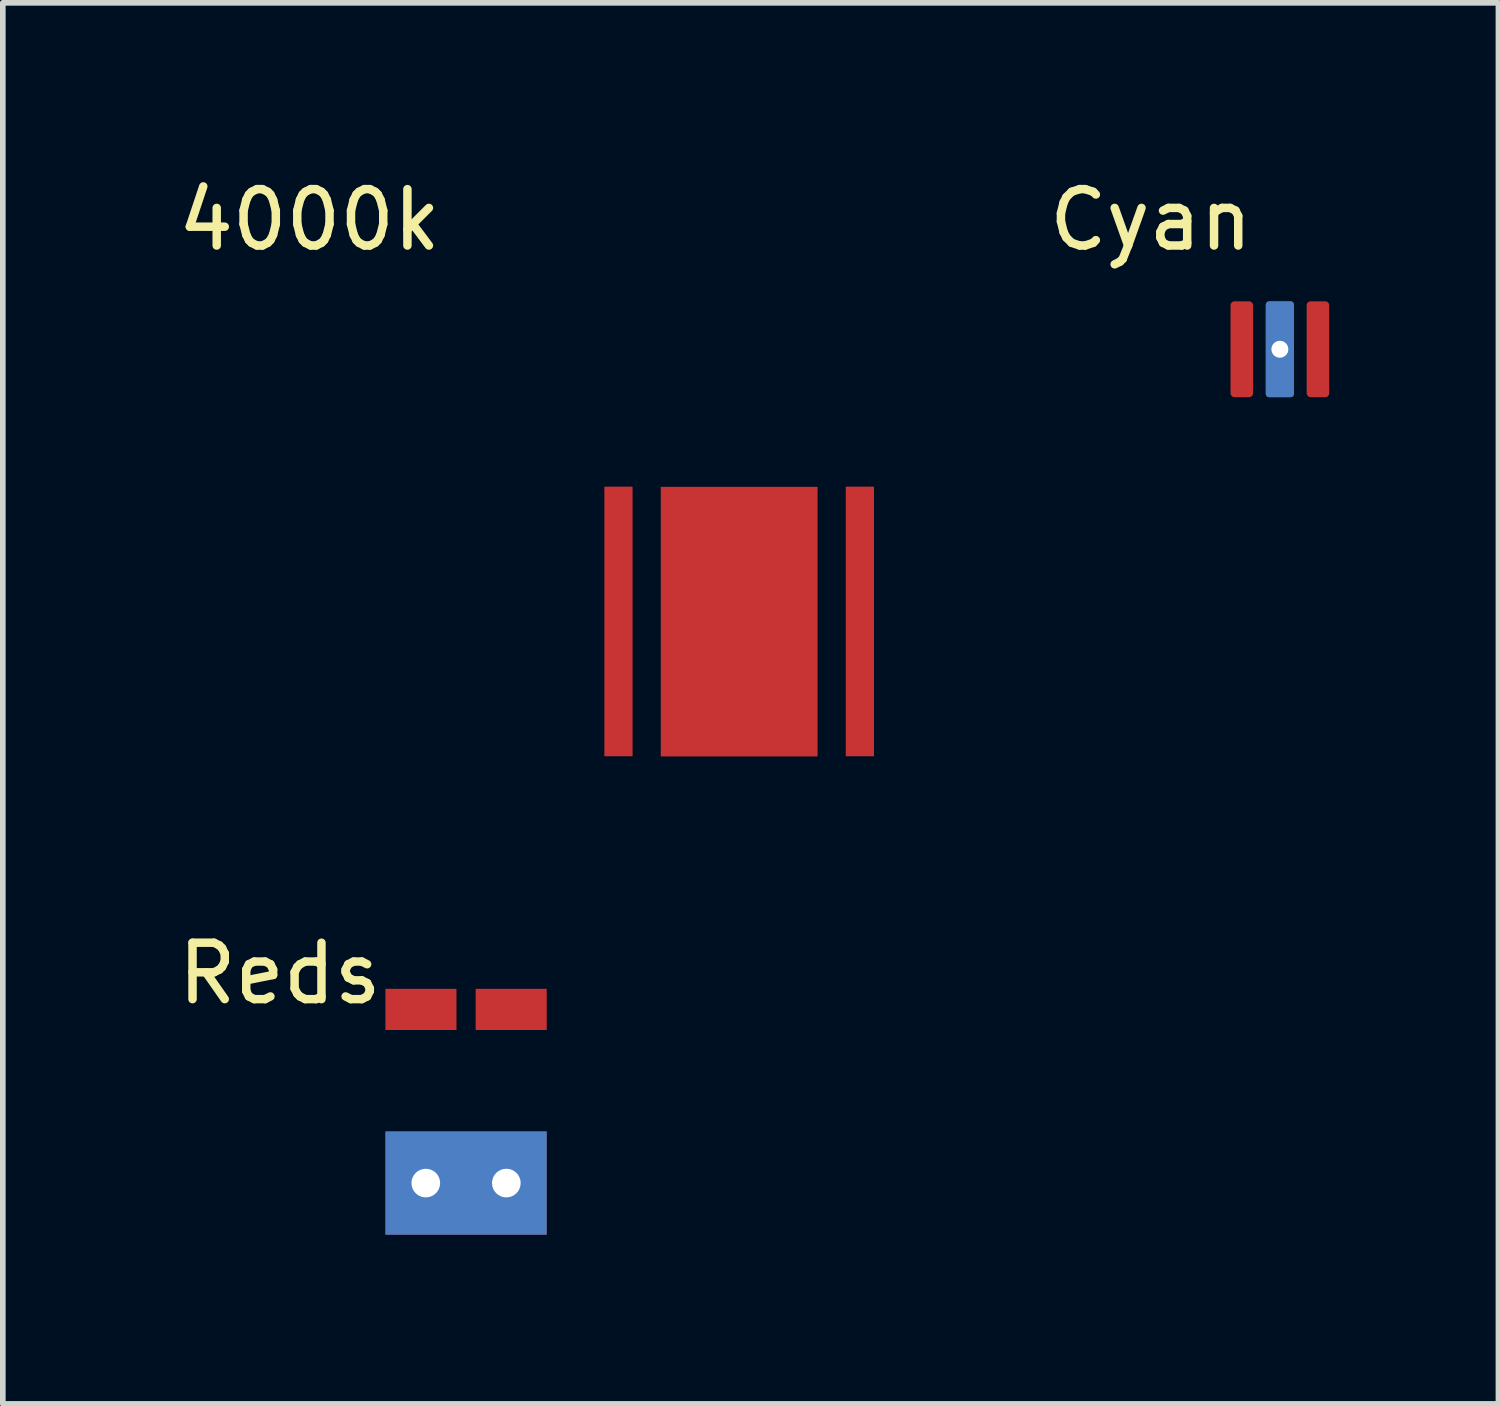
<source format=kicad_pcb>
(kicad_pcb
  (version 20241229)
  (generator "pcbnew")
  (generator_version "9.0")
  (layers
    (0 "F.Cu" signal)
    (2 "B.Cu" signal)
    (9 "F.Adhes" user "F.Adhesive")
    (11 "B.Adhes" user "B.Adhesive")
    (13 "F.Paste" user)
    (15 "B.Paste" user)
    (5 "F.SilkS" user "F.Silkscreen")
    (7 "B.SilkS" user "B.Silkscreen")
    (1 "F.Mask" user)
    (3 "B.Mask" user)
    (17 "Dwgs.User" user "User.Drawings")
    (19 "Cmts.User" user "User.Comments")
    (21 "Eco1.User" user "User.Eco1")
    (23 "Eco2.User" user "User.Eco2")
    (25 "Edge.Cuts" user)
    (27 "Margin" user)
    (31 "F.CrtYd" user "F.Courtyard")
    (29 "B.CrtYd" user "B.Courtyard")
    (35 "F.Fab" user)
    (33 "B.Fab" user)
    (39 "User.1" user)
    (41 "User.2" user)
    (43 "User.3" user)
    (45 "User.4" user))
  (footprint "Cyan"
    (layer "F.Cu")
    (at 19.641 3.142)
    (property "Reference" "Cyan" (at -2.286 -2.294 0) (layer "F.SilkS") (effects (font (size 1 1) (thickness 0.15))))
    (attr through_hole)
    (pad "" smd roundrect (at -0.6 0) (size 0.25 1.7) (layers "F.Mask" "F.Paste") (roundrect_rratio 0.28))
    (pad "" smd roundrect (at 0.6 0) (size 0.25 1.7) (layers "F.Mask" "F.Paste") (roundrect_rratio 0.28))
    (pad "1" smd roundrect (at -0.675 0) (size 0.4 1.7) (layers "F.Cu") (roundrect_rratio 0.175))
    (pad "2" smd roundrect (at 0.675 0) (size 0.4 1.7) (layers "F.Cu") (roundrect_rratio 0.175))
    (pad "3" thru_hole roundrect (at 0 0) (size 0.5 1.7) (drill 0.3) (layers "*.Cu" "*.Mask") (roundrect_rratio 0.12)))
  (footprint "Reds"
    (layer "F.Cu")
    (at 5.213 17.011)
    (property "Reference" "Reds" (at -3.302 -2.802 0) (layer "F.SilkS") (effects (font (size 1 1) (thickness 0.15))))
    (attr through_hole)
    (pad "1" smd rect (at 0.8 -2.165) (size 1.26 0.73) (layers "F.Cu" "F.Mask" "F.Paste"))
    (pad "2" smd rect (at -0.8 -2.165) (size 1.26 0.73) (layers "F.Cu" "F.Mask" "F.Paste"))
    (pad "3" thru_hole rect (at -0.714 0.914) (size 1.43 1.83) (drill oval 0.508) (layers "*.Cu" "*.Mask"))
    (pad "3" thru_hole rect (at 0.714 0.914) (size 1.43 1.83) (drill oval 0.508) (layers "*.Cu" "*.Mask")))
  (footprint "4000k"
    (layer "F.Cu")
    (at 10.055 7.968)
    (property "Reference" "4000k" (at -7.62 -7.12 0) (layer "F.SilkS") (effects (font (size 1 1) (thickness 0.15))))
    (attr through_hole)
    (pad "1" smd rect (at -2.14 0) (size 0.5 4.78) (layers "F.Cu" "F.Mask" "F.Paste"))
    (pad "2" smd rect (at 2.14 0) (size 0.5 4.78) (layers "F.Cu" "F.Mask" "F.Paste"))
    (pad "3" smd rect (at 0 0.003) (size 2.78 4.78) (layers "F.Cu" "F.Mask" "F.Paste")))
  (gr_rect
    (start -3 -3)
    (end 23.516 21.84)
    (stroke (width 0.1) (type default))
    (fill no)
    (layer "Edge.Cuts")))
</source>
